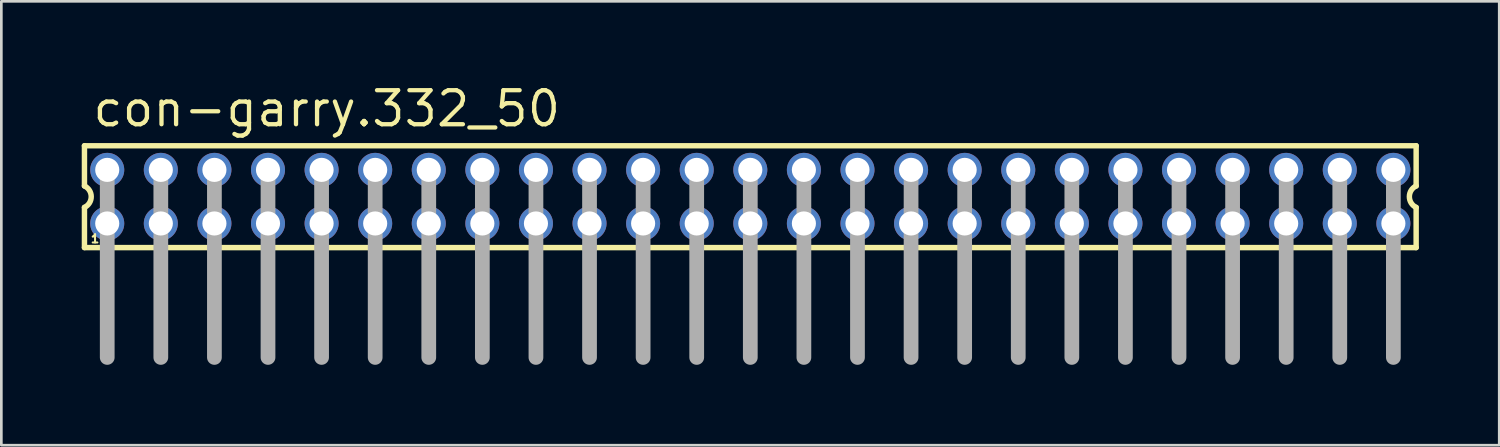
<source format=kicad_pcb>
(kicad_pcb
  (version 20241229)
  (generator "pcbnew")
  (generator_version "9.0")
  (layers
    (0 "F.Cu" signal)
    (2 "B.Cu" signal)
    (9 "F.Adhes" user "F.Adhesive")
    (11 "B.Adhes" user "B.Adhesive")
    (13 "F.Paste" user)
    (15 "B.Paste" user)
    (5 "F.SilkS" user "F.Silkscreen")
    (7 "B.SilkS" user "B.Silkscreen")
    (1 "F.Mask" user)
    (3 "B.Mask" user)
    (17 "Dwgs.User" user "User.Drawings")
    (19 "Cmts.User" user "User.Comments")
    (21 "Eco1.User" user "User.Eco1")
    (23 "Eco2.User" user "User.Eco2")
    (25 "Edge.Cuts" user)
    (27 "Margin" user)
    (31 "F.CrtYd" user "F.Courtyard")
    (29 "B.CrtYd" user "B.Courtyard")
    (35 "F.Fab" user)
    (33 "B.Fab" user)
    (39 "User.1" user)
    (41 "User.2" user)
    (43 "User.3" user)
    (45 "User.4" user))
  (footprint "con-garry.332_50"
    (layer "F.Cu")
    (at 24.952 4.29)
    (property "Reference" "con-garry.332_50" (at -24.62 -2.54 0) (layer "F.SilkS") (effects (font (size 1.27 1.27) (thickness 0.16)) (justify left bottom)))
    (attr through_hole)
    (fp_line (start -24.85 -1.9) (end -24.85 -0.4) (stroke (width 0.203) (type default)) (layer "F.SilkS"))
    (fp_line (start -24.85 0.4) (end -24.85 1.9) (stroke (width 0.203) (type default)) (layer "F.SilkS"))
    (fp_line (start -24.85 1.9) (end 24.85 1.9) (stroke (width 0.203) (type default)) (layer "F.SilkS"))
    (fp_line (start 24.85 -1.9) (end -24.85 -1.9) (stroke (width 0.203) (type default)) (layer "F.SilkS"))
    (fp_line (start 24.85 -0.4) (end 24.85 -1.9) (stroke (width 0.203) (type default)) (layer "F.SilkS"))
    (fp_line (start 24.85 1.9) (end 24.85 0.4) (stroke (width 0.203) (type default)) (layer "F.SilkS"))
    (fp_arc (start -24.85 -0.4) (mid -24.597167 0) (end -24.85 0.4) (stroke (width 0.2032) (type default)) (layer "F.SilkS"))
    (fp_arc (start 24.85 0.4) (mid 24.597167 0) (end 24.85 -0.4) (stroke (width 0.2032) (type default)) (layer "F.SilkS"))
    (fp_line (start -24 -1) (end -24 6) (stroke (width 0.55) (type default)) (layer "F.Fab"))
    (fp_line (start -22 -1) (end -22 6) (stroke (width 0.55) (type default)) (layer "F.Fab"))
    (fp_line (start -20 -1) (end -20 6) (stroke (width 0.55) (type default)) (layer "F.Fab"))
    (fp_line (start -18 -1) (end -18 6) (stroke (width 0.55) (type default)) (layer "F.Fab"))
    (fp_line (start -16 -1) (end -16 6) (stroke (width 0.55) (type default)) (layer "F.Fab"))
    (fp_line (start -14 -1) (end -14 6) (stroke (width 0.55) (type default)) (layer "F.Fab"))
    (fp_line (start -12 -1) (end -12 6) (stroke (width 0.55) (type default)) (layer "F.Fab"))
    (fp_line (start -10 -1) (end -10 6) (stroke (width 0.55) (type default)) (layer "F.Fab"))
    (fp_line (start -8 -1) (end -8 6) (stroke (width 0.55) (type default)) (layer "F.Fab"))
    (fp_line (start -6 -1) (end -6 6) (stroke (width 0.55) (type default)) (layer "F.Fab"))
    (fp_line (start -4 -1) (end -4 6) (stroke (width 0.55) (type default)) (layer "F.Fab"))
    (fp_line (start -2 -1) (end -2 6) (stroke (width 0.55) (type default)) (layer "F.Fab"))
    (fp_line (start 0 -1) (end 0 6) (stroke (width 0.55) (type default)) (layer "F.Fab"))
    (fp_line (start 2 -1) (end 2 6) (stroke (width 0.55) (type default)) (layer "F.Fab"))
    (fp_line (start 4 -1) (end 4 6) (stroke (width 0.55) (type default)) (layer "F.Fab"))
    (fp_line (start 6 -1) (end 6 6) (stroke (width 0.55) (type default)) (layer "F.Fab"))
    (fp_line (start 8 -1) (end 8 6) (stroke (width 0.55) (type default)) (layer "F.Fab"))
    (fp_line (start 10 -1) (end 10 6) (stroke (width 0.55) (type default)) (layer "F.Fab"))
    (fp_line (start 12 -1) (end 12 6) (stroke (width 0.55) (type default)) (layer "F.Fab"))
    (fp_line (start 14 -1) (end 14 6) (stroke (width 0.55) (type default)) (layer "F.Fab"))
    (fp_line (start 16 -1) (end 16 6) (stroke (width 0.55) (type default)) (layer "F.Fab"))
    (fp_line (start 18 -1) (end 18 6) (stroke (width 0.55) (type default)) (layer "F.Fab"))
    (fp_line (start 20 -1) (end 20 6) (stroke (width 0.55) (type default)) (layer "F.Fab"))
    (fp_line (start 22 -1) (end 22 6) (stroke (width 0.55) (type default)) (layer "F.Fab"))
    (fp_line (start 24 -1) (end 24 6) (stroke (width 0.55) (type default)) (layer "F.Fab"))
    (fp_rect (start -24.25 -0.75) (end -23.75 -1.25) (stroke (width 0.05) (type default)) (fill no) (layer "F.Fab"))
    (fp_rect (start -24.25 1.25) (end -23.75 0.75) (stroke (width 0.05) (type default)) (fill no) (layer "F.Fab"))
    (fp_rect (start -22.25 -0.75) (end -21.75 -1.25) (stroke (width 0.05) (type default)) (fill no) (layer "F.Fab"))
    (fp_rect (start -22.25 1.25) (end -21.75 0.75) (stroke (width 0.05) (type default)) (fill no) (layer "F.Fab"))
    (fp_rect (start -20.25 -0.75) (end -19.75 -1.25) (stroke (width 0.05) (type default)) (fill no) (layer "F.Fab"))
    (fp_rect (start -20.25 1.25) (end -19.75 0.75) (stroke (width 0.05) (type default)) (fill no) (layer "F.Fab"))
    (fp_rect (start -18.25 -0.75) (end -17.75 -1.25) (stroke (width 0.05) (type default)) (fill no) (layer "F.Fab"))
    (fp_rect (start -18.25 1.25) (end -17.75 0.75) (stroke (width 0.05) (type default)) (fill no) (layer "F.Fab"))
    (fp_rect (start -16.25 -0.75) (end -15.75 -1.25) (stroke (width 0.05) (type default)) (fill no) (layer "F.Fab"))
    (fp_rect (start -16.25 1.25) (end -15.75 0.75) (stroke (width 0.05) (type default)) (fill no) (layer "F.Fab"))
    (fp_rect (start -14.25 -0.75) (end -13.75 -1.25) (stroke (width 0.05) (type default)) (fill no) (layer "F.Fab"))
    (fp_rect (start -14.25 1.25) (end -13.75 0.75) (stroke (width 0.05) (type default)) (fill no) (layer "F.Fab"))
    (fp_rect (start -12.25 -0.75) (end -11.75 -1.25) (stroke (width 0.05) (type default)) (fill no) (layer "F.Fab"))
    (fp_rect (start -12.25 1.25) (end -11.75 0.75) (stroke (width 0.05) (type default)) (fill no) (layer "F.Fab"))
    (fp_rect (start -10.25 -0.75) (end -9.75 -1.25) (stroke (width 0.05) (type default)) (fill no) (layer "F.Fab"))
    (fp_rect (start -10.25 1.25) (end -9.75 0.75) (stroke (width 0.05) (type default)) (fill no) (layer "F.Fab"))
    (fp_rect (start -8.25 -0.75) (end -7.75 -1.25) (stroke (width 0.05) (type default)) (fill no) (layer "F.Fab"))
    (fp_rect (start -8.25 1.25) (end -7.75 0.75) (stroke (width 0.05) (type default)) (fill no) (layer "F.Fab"))
    (fp_rect (start -6.25 -0.75) (end -5.75 -1.25) (stroke (width 0.05) (type default)) (fill no) (layer "F.Fab"))
    (fp_rect (start -6.25 1.25) (end -5.75 0.75) (stroke (width 0.05) (type default)) (fill no) (layer "F.Fab"))
    (fp_rect (start -4.25 -0.75) (end -3.75 -1.25) (stroke (width 0.05) (type default)) (fill no) (layer "F.Fab"))
    (fp_rect (start -4.25 1.25) (end -3.75 0.75) (stroke (width 0.05) (type default)) (fill no) (layer "F.Fab"))
    (fp_rect (start -2.25 -0.75) (end -1.75 -1.25) (stroke (width 0.05) (type default)) (fill no) (layer "F.Fab"))
    (fp_rect (start -2.25 1.25) (end -1.75 0.75) (stroke (width 0.05) (type default)) (fill no) (layer "F.Fab"))
    (fp_rect (start -0.25 -0.75) (end 0.25 -1.25) (stroke (width 0.05) (type default)) (fill no) (layer "F.Fab"))
    (fp_rect (start -0.25 1.25) (end 0.25 0.75) (stroke (width 0.05) (type default)) (fill no) (layer "F.Fab"))
    (fp_rect (start 1.75 -0.75) (end 2.25 -1.25) (stroke (width 0.05) (type default)) (fill no) (layer "F.Fab"))
    (fp_rect (start 1.75 1.25) (end 2.25 0.75) (stroke (width 0.05) (type default)) (fill no) (layer "F.Fab"))
    (fp_rect (start 3.75 -0.75) (end 4.25 -1.25) (stroke (width 0.05) (type default)) (fill no) (layer "F.Fab"))
    (fp_rect (start 3.75 1.25) (end 4.25 0.75) (stroke (width 0.05) (type default)) (fill no) (layer "F.Fab"))
    (fp_rect (start 5.75 -0.75) (end 6.25 -1.25) (stroke (width 0.05) (type default)) (fill no) (layer "F.Fab"))
    (fp_rect (start 5.75 1.25) (end 6.25 0.75) (stroke (width 0.05) (type default)) (fill no) (layer "F.Fab"))
    (fp_rect (start 7.75 -0.75) (end 8.25 -1.25) (stroke (width 0.05) (type default)) (fill no) (layer "F.Fab"))
    (fp_rect (start 7.75 1.25) (end 8.25 0.75) (stroke (width 0.05) (type default)) (fill no) (layer "F.Fab"))
    (fp_rect (start 9.75 -0.75) (end 10.25 -1.25) (stroke (width 0.05) (type default)) (fill no) (layer "F.Fab"))
    (fp_rect (start 9.75 1.25) (end 10.25 0.75) (stroke (width 0.05) (type default)) (fill no) (layer "F.Fab"))
    (fp_rect (start 11.75 -0.75) (end 12.25 -1.25) (stroke (width 0.05) (type default)) (fill no) (layer "F.Fab"))
    (fp_rect (start 11.75 1.25) (end 12.25 0.75) (stroke (width 0.05) (type default)) (fill no) (layer "F.Fab"))
    (fp_rect (start 13.75 -0.75) (end 14.25 -1.25) (stroke (width 0.05) (type default)) (fill no) (layer "F.Fab"))
    (fp_rect (start 13.75 1.25) (end 14.25 0.75) (stroke (width 0.05) (type default)) (fill no) (layer "F.Fab"))
    (fp_rect (start 15.75 -0.75) (end 16.25 -1.25) (stroke (width 0.05) (type default)) (fill no) (layer "F.Fab"))
    (fp_rect (start 15.75 1.25) (end 16.25 0.75) (stroke (width 0.05) (type default)) (fill no) (layer "F.Fab"))
    (fp_rect (start 17.75 -0.75) (end 18.25 -1.25) (stroke (width 0.05) (type default)) (fill no) (layer "F.Fab"))
    (fp_rect (start 17.75 1.25) (end 18.25 0.75) (stroke (width 0.05) (type default)) (fill no) (layer "F.Fab"))
    (fp_rect (start 19.75 -0.75) (end 20.25 -1.25) (stroke (width 0.05) (type default)) (fill no) (layer "F.Fab"))
    (fp_rect (start 19.75 1.25) (end 20.25 0.75) (stroke (width 0.05) (type default)) (fill no) (layer "F.Fab"))
    (fp_rect (start 21.75 -0.75) (end 22.25 -1.25) (stroke (width 0.05) (type default)) (fill no) (layer "F.Fab"))
    (fp_rect (start 21.75 1.25) (end 22.25 0.75) (stroke (width 0.05) (type default)) (fill no) (layer "F.Fab"))
    (fp_rect (start 23.75 -0.75) (end 24.25 -1.25) (stroke (width 0.05) (type default)) (fill no) (layer "F.Fab"))
    (fp_rect (start 23.75 1.25) (end 24.25 0.75) (stroke (width 0.05) (type default)) (fill no) (layer "F.Fab"))
    (fp_text user "1" (at -24.65 1.75 0) (layer "F.SilkS") (effects (font (size 0.305 0.305) (thickness 0.15)) (justify left bottom)))
    (pad "1" thru_hole circle (at -24 1) (size 1.27 1.27) (drill 0.9) (layers "*.Cu" "*.Mask"))
    (pad "2" thru_hole circle (at -24 -1) (size 1.27 1.27) (drill 0.9) (layers "*.Cu" "*.Mask"))
    (pad "3" thru_hole circle (at -22 1) (size 1.27 1.27) (drill 0.9) (layers "*.Cu" "*.Mask"))
    (pad "4" thru_hole circle (at -22 -1) (size 1.27 1.27) (drill 0.9) (layers "*.Cu" "*.Mask"))
    (pad "5" thru_hole circle (at -20 1) (size 1.27 1.27) (drill 0.9) (layers "*.Cu" "*.Mask"))
    (pad "6" thru_hole circle (at -20 -1) (size 1.27 1.27) (drill 0.9) (layers "*.Cu" "*.Mask"))
    (pad "7" thru_hole circle (at -18 1) (size 1.27 1.27) (drill 0.9) (layers "*.Cu" "*.Mask"))
    (pad "8" thru_hole circle (at -18 -1) (size 1.27 1.27) (drill 0.9) (layers "*.Cu" "*.Mask"))
    (pad "9" thru_hole circle (at -16 1) (size 1.27 1.27) (drill 0.9) (layers "*.Cu" "*.Mask"))
    (pad "10" thru_hole circle (at -16 -1) (size 1.27 1.27) (drill 0.9) (layers "*.Cu" "*.Mask"))
    (pad "11" thru_hole circle (at -14 1) (size 1.27 1.27) (drill 0.9) (layers "*.Cu" "*.Mask"))
    (pad "12" thru_hole circle (at -14 -1) (size 1.27 1.27) (drill 0.9) (layers "*.Cu" "*.Mask"))
    (pad "13" thru_hole circle (at -12 1) (size 1.27 1.27) (drill 0.9) (layers "*.Cu" "*.Mask"))
    (pad "14" thru_hole circle (at -12 -1) (size 1.27 1.27) (drill 0.9) (layers "*.Cu" "*.Mask"))
    (pad "15" thru_hole circle (at -10 1) (size 1.27 1.27) (drill 0.9) (layers "*.Cu" "*.Mask"))
    (pad "16" thru_hole circle (at -10 -1) (size 1.27 1.27) (drill 0.9) (layers "*.Cu" "*.Mask"))
    (pad "17" thru_hole circle (at -8 1) (size 1.27 1.27) (drill 0.9) (layers "*.Cu" "*.Mask"))
    (pad "18" thru_hole circle (at -8 -1) (size 1.27 1.27) (drill 0.9) (layers "*.Cu" "*.Mask"))
    (pad "19" thru_hole circle (at -6 1) (size 1.27 1.27) (drill 0.9) (layers "*.Cu" "*.Mask"))
    (pad "20" thru_hole circle (at -6 -1) (size 1.27 1.27) (drill 0.9) (layers "*.Cu" "*.Mask"))
    (pad "21" thru_hole circle (at -4 1) (size 1.27 1.27) (drill 0.9) (layers "*.Cu" "*.Mask"))
    (pad "22" thru_hole circle (at -4 -1) (size 1.27 1.27) (drill 0.9) (layers "*.Cu" "*.Mask"))
    (pad "23" thru_hole circle (at -2 1) (size 1.27 1.27) (drill 0.9) (layers "*.Cu" "*.Mask"))
    (pad "24" thru_hole circle (at -2 -1) (size 1.27 1.27) (drill 0.9) (layers "*.Cu" "*.Mask"))
    (pad "25" thru_hole circle (at 0 1) (size 1.27 1.27) (drill 0.9) (layers "*.Cu" "*.Mask"))
    (pad "26" thru_hole circle (at 0 -1) (size 1.27 1.27) (drill 0.9) (layers "*.Cu" "*.Mask"))
    (pad "27" thru_hole circle (at 2 1) (size 1.27 1.27) (drill 0.9) (layers "*.Cu" "*.Mask"))
    (pad "28" thru_hole circle (at 2 -1) (size 1.27 1.27) (drill 0.9) (layers "*.Cu" "*.Mask"))
    (pad "29" thru_hole circle (at 4 1) (size 1.27 1.27) (drill 0.9) (layers "*.Cu" "*.Mask"))
    (pad "30" thru_hole circle (at 4 -1) (size 1.27 1.27) (drill 0.9) (layers "*.Cu" "*.Mask"))
    (pad "31" thru_hole circle (at 6 1) (size 1.27 1.27) (drill 0.9) (layers "*.Cu" "*.Mask"))
    (pad "32" thru_hole circle (at 6 -1) (size 1.27 1.27) (drill 0.9) (layers "*.Cu" "*.Mask"))
    (pad "33" thru_hole circle (at 8 1) (size 1.27 1.27) (drill 0.9) (layers "*.Cu" "*.Mask"))
    (pad "34" thru_hole circle (at 8 -1) (size 1.27 1.27) (drill 0.9) (layers "*.Cu" "*.Mask"))
    (pad "35" thru_hole circle (at 10 1) (size 1.27 1.27) (drill 0.9) (layers "*.Cu" "*.Mask"))
    (pad "36" thru_hole circle (at 10 -1) (size 1.27 1.27) (drill 0.9) (layers "*.Cu" "*.Mask"))
    (pad "37" thru_hole circle (at 12 1) (size 1.27 1.27) (drill 0.9) (layers "*.Cu" "*.Mask"))
    (pad "38" thru_hole circle (at 12 -1) (size 1.27 1.27) (drill 0.9) (layers "*.Cu" "*.Mask"))
    (pad "39" thru_hole circle (at 14 1) (size 1.27 1.27) (drill 0.9) (layers "*.Cu" "*.Mask"))
    (pad "40" thru_hole circle (at 14 -1) (size 1.27 1.27) (drill 0.9) (layers "*.Cu" "*.Mask"))
    (pad "41" thru_hole circle (at 16 1) (size 1.27 1.27) (drill 0.9) (layers "*.Cu" "*.Mask"))
    (pad "42" thru_hole circle (at 16 -1) (size 1.27 1.27) (drill 0.9) (layers "*.Cu" "*.Mask"))
    (pad "43" thru_hole circle (at 18 1) (size 1.27 1.27) (drill 0.9) (layers "*.Cu" "*.Mask"))
    (pad "44" thru_hole circle (at 18 -1) (size 1.27 1.27) (drill 0.9) (layers "*.Cu" "*.Mask"))
    (pad "45" thru_hole circle (at 20 1) (size 1.27 1.27) (drill 0.9) (layers "*.Cu" "*.Mask"))
    (pad "46" thru_hole circle (at 20 -1) (size 1.27 1.27) (drill 0.9) (layers "*.Cu" "*.Mask"))
    (pad "47" thru_hole circle (at 22 1) (size 1.27 1.27) (drill 0.9) (layers "*.Cu" "*.Mask"))
    (pad "48" thru_hole circle (at 22 -1) (size 1.27 1.27) (drill 0.9) (layers "*.Cu" "*.Mask"))
    (pad "49" thru_hole circle (at 24 1) (size 1.27 1.27) (drill 0.9) (layers "*.Cu" "*.Mask"))
    (pad "50" thru_hole circle (at 24 -1) (size 1.27 1.27) (drill 0.9) (layers "*.Cu" "*.Mask")))
  (gr_rect
    (start -3 -3)
    (end 52.903 13.565)
    (stroke (width 0.1) (type default))
    (fill no)
    (layer "Edge.Cuts")))
</source>
